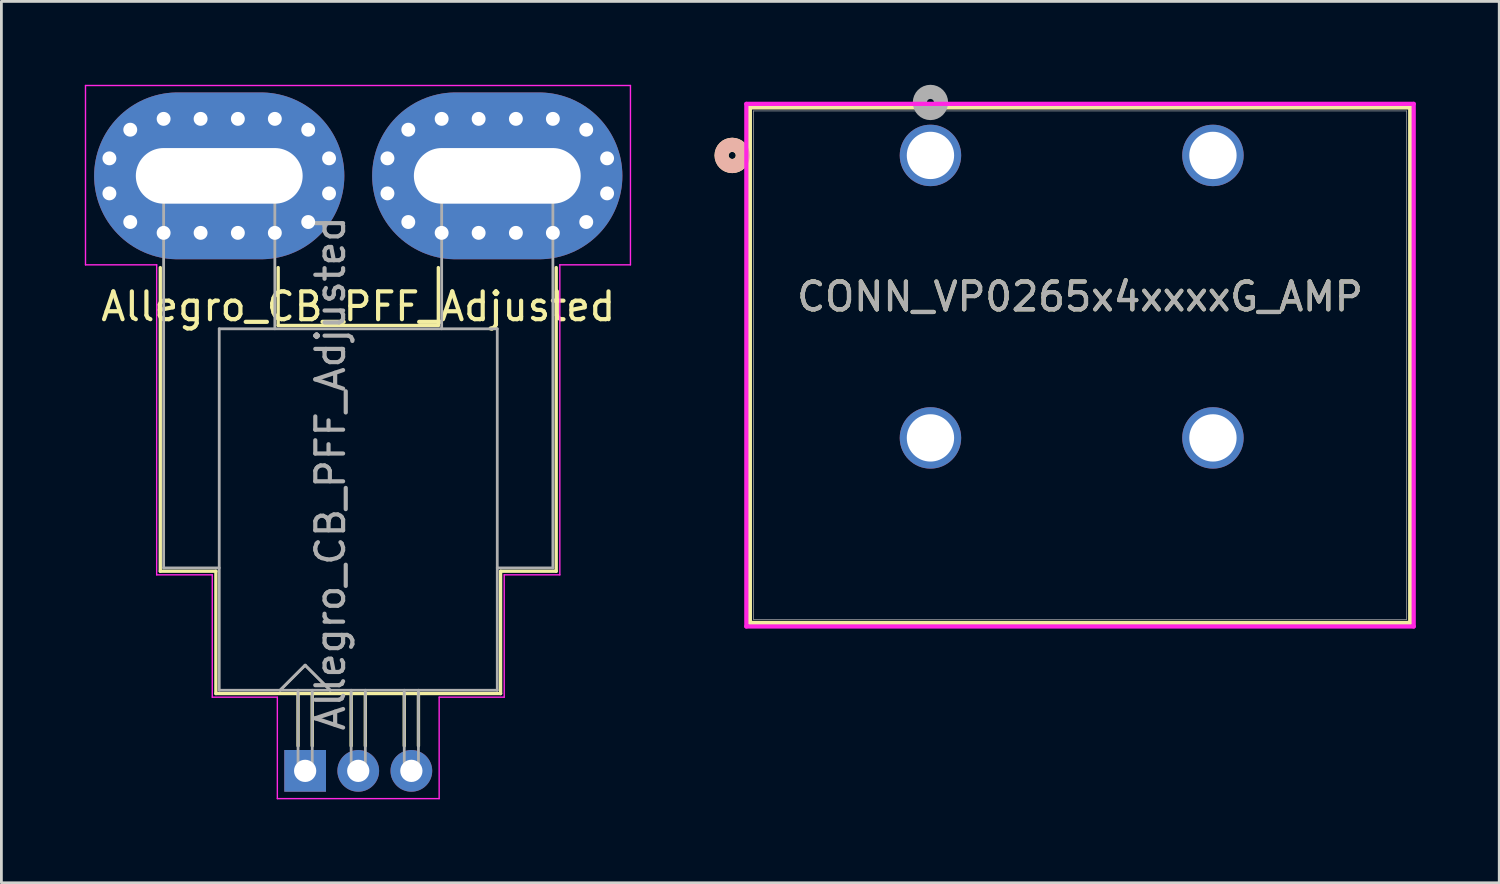
<source format=kicad_pcb>
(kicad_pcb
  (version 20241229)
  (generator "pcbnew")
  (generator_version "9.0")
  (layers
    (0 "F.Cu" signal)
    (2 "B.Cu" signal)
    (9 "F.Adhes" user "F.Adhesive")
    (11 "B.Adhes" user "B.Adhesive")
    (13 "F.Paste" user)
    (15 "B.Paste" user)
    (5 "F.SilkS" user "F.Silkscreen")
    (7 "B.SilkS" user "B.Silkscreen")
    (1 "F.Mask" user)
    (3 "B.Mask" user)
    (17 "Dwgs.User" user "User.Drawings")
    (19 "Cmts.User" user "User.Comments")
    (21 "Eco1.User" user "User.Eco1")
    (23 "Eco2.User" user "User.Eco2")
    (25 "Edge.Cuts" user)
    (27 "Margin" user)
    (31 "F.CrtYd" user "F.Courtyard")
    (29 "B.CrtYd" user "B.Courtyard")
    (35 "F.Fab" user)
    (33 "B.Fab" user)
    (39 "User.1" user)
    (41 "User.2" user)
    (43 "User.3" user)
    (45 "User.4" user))
  (footprint "Allegro_CB_PFF_Adjusted"
    (layer "F.Cu")
    (at 7.925 24.675)
    (property "Reference" "Allegro_CB_PFF_Adjusted" (at 1.91 -16.7 0) (layer "F.SilkS") (effects (font (size 1 1) (thickness 0.15))))
    (attr through_hole)
    (fp_line (start -5.21 -7.18) (end -5.21 -18.1) (stroke (width 0.12) (type solid)) (layer "F.SilkS"))
    (fp_line (start -3.21 -7.18) (end -5.21 -7.18) (stroke (width 0.12) (type solid)) (layer "F.SilkS"))
    (fp_line (start -3.21 -2.78) (end -3.21 -7.18) (stroke (width 0.12) (type solid)) (layer "F.SilkS"))
    (fp_line (start -0.97 -16.02) (end -0.97 -18.1) (stroke (width 0.12) (type solid)) (layer "F.SilkS"))
    (fp_line (start -0.97 -16.02) (end 4.79 -16.02) (stroke (width 0.12) (type solid)) (layer "F.SilkS"))
    (fp_line (start -0.255 -2.78) (end -0.255 -0.9) (stroke (width 0.12) (type solid)) (layer "F.SilkS"))
    (fp_line (start 0.255 -2.78) (end 0.255 -0.9) (stroke (width 0.12) (type solid)) (layer "F.SilkS"))
    (fp_line (start 1.655 -2.78) (end 1.655 -0.9) (stroke (width 0.12) (type solid)) (layer "F.SilkS"))
    (fp_line (start 2.165 -2.78) (end 2.165 -0.9) (stroke (width 0.12) (type solid)) (layer "F.SilkS"))
    (fp_line (start 3.565 -2.78) (end 3.565 -0.9) (stroke (width 0.12) (type solid)) (layer "F.SilkS"))
    (fp_line (start 4.075 -2.78) (end 4.075 -0.9) (stroke (width 0.12) (type solid)) (layer "F.SilkS"))
    (fp_line (start 4.79 -16.02) (end 4.79 -18.1) (stroke (width 0.12) (type solid)) (layer "F.SilkS"))
    (fp_line (start 7.03 -7.18) (end 9.03 -7.18) (stroke (width 0.12) (type solid)) (layer "F.SilkS"))
    (fp_line (start 7.03 -2.78) (end -3.21 -2.78) (stroke (width 0.12) (type solid)) (layer "F.SilkS"))
    (fp_line (start 7.03 -2.78) (end 7.03 -7.18) (stroke (width 0.12) (type solid)) (layer "F.SilkS"))
    (fp_line (start 9.03 -7.18) (end 9.03 -18.1) (stroke (width 0.12) (type solid)) (layer "F.SilkS"))
    (fp_line (start -7.9 -24.65) (end 11.7 -24.65) (stroke (width 0.05) (type solid)) (layer "F.CrtYd"))
    (fp_line (start -7.9 -18.2) (end -7.9 -24.65) (stroke (width 0.05) (type solid)) (layer "F.CrtYd"))
    (fp_line (start -7.9 -18.2) (end -5.34 -18.2) (stroke (width 0.05) (type solid)) (layer "F.CrtYd"))
    (fp_line (start -5.34 -7.05) (end -5.34 -18.2) (stroke (width 0.05) (type solid)) (layer "F.CrtYd"))
    (fp_line (start -3.34 -7.05) (end -5.34 -7.05) (stroke (width 0.05) (type solid)) (layer "F.CrtYd"))
    (fp_line (start -3.34 -7.05) (end -3.34 -2.65) (stroke (width 0.05) (type solid)) (layer "F.CrtYd"))
    (fp_line (start -1 -2.65) (end -3.34 -2.65) (stroke (width 0.05) (type solid)) (layer "F.CrtYd"))
    (fp_line (start -1 -2.65) (end -1 1) (stroke (width 0.05) (type solid)) (layer "F.CrtYd"))
    (fp_line (start 4.82 -2.65) (end 4.82 1) (stroke (width 0.05) (type solid)) (layer "F.CrtYd"))
    (fp_line (start 4.82 -2.65) (end 7.16 -2.65) (stroke (width 0.05) (type solid)) (layer "F.CrtYd"))
    (fp_line (start 4.82 1) (end -1 1) (stroke (width 0.05) (type solid)) (layer "F.CrtYd"))
    (fp_line (start 7.16 -7.05) (end 7.16 -2.65) (stroke (width 0.05) (type solid)) (layer "F.CrtYd"))
    (fp_line (start 7.16 -7.05) (end 9.16 -7.05) (stroke (width 0.05) (type solid)) (layer "F.CrtYd"))
    (fp_line (start 9.16 -18.2) (end 11.7 -18.2) (stroke (width 0.05) (type solid)) (layer "F.CrtYd"))
    (fp_line (start 9.16 -7.05) (end 9.16 -18.2) (stroke (width 0.05) (type solid)) (layer "F.CrtYd"))
    (fp_line (start 11.7 -24.65) (end 11.7 -18.2) (stroke (width 0.05) (type solid)) (layer "F.CrtYd"))
    (fp_line (start -5.09 -21.9) (end -1.09 -21.9) (stroke (width 0.1) (type solid)) (layer "F.Fab"))
    (fp_line (start -5.09 -7.3) (end -5.09 -21.9) (stroke (width 0.1) (type solid)) (layer "F.Fab"))
    (fp_line (start -5.09 -7.3) (end -3.09 -7.3) (stroke (width 0.1) (type solid)) (layer "F.Fab"))
    (fp_line (start -3.09 -15.9) (end -3.09 -2.9) (stroke (width 0.1) (type solid)) (layer "F.Fab"))
    (fp_line (start -3.09 -15.9) (end 6.91 -15.9) (stroke (width 0.1) (type solid)) (layer "F.Fab"))
    (fp_line (start -1.09 -15.9) (end -1.09 -21.9) (stroke (width 0.1) (type solid)) (layer "F.Fab"))
    (fp_line (start -0.9 -2.9) (end 0 -3.8) (stroke (width 0.1) (type solid)) (layer "F.Fab"))
    (fp_line (start -0.9 -2.9) (end 0 -3.8) (stroke (width 0.1) (type solid)) (layer "F.Fab"))
    (fp_line (start -0.255 -2.9) (end -0.255 0.19) (stroke (width 0.1) (type solid)) (layer "F.Fab"))
    (fp_line (start 0 -3.8) (end 0.9 -2.9) (stroke (width 0.1) (type solid)) (layer "F.Fab"))
    (fp_line (start 0 -3.8) (end 0.9 -2.9) (stroke (width 0.1) (type solid)) (layer "F.Fab"))
    (fp_line (start 0.255 -2.9) (end 0.255 0.19) (stroke (width 0.1) (type solid)) (layer "F.Fab"))
    (fp_line (start 1.655 -2.9) (end 1.655 0.19) (stroke (width 0.1) (type solid)) (layer "F.Fab"))
    (fp_line (start 2.165 -2.9) (end 2.165 0.19) (stroke (width 0.1) (type solid)) (layer "F.Fab"))
    (fp_line (start 3.565 -2.9) (end 3.565 0.19) (stroke (width 0.1) (type solid)) (layer "F.Fab"))
    (fp_line (start 4.075 -2.9) (end 4.075 0.19) (stroke (width 0.1) (type solid)) (layer "F.Fab"))
    (fp_line (start 4.91 -15.9) (end 4.91 -21.9) (stroke (width 0.1) (type solid)) (layer "F.Fab"))
    (fp_line (start 6.91 -15.9) (end 6.91 -2.9) (stroke (width 0.1) (type solid)) (layer "F.Fab"))
    (fp_line (start 6.91 -7.3) (end 8.91 -7.3) (stroke (width 0.1) (type solid)) (layer "F.Fab"))
    (fp_line (start 6.91 -2.9) (end -3.09 -2.9) (stroke (width 0.1) (type solid)) (layer "F.Fab"))
    (fp_line (start 8.91 -21.9) (end 4.91 -21.9) (stroke (width 0.1) (type solid)) (layer "F.Fab"))
    (fp_line (start 8.91 -7.3) (end 8.91 -21.9) (stroke (width 0.1) (type solid)) (layer "F.Fab"))
    (fp_text user "${REFERENCE}" (at 0.91 -10.7 90) (layer "F.Fab") (effects (font (size 1 1) (thickness 0.15))))
    (pad "1" thru_hole rect (at 0 0) (size 1.5 1.5) (drill 0.8) (layers "*.Cu" "*.Mask"))
    (pad "2" thru_hole circle (at 1.91 0) (size 1.5 1.5) (drill 0.8) (layers "*.Cu" "*.Mask"))
    (pad "3" thru_hole circle (at 3.82 0) (size 1.5 1.5) (drill 0.8) (layers "*.Cu" "*.Mask"))
    (pad "4" thru_hole circle (at 2.96 -22.03) (size 0.8 0.8) (drill 0.5) (layers "*.Cu" "*.Mask"))
    (pad "4" thru_hole circle (at 2.96 -20.77) (size 0.8 0.8) (drill 0.5) (layers "*.Cu" "*.Mask"))
    (pad "4" thru_hole circle (at 3.71 -23.06) (size 0.8 0.8) (drill 0.5) (layers "*.Cu" "*.Mask"))
    (pad "4" thru_hole circle (at 3.71 -19.74) (size 0.8 0.8) (drill 0.5) (layers "*.Cu" "*.Mask"))
    (pad "4" thru_hole circle (at 4.91 -23.45) (size 0.8 0.8) (drill 0.5) (layers "*.Cu" "*.Mask"))
    (pad "4" thru_hole circle (at 4.91 -19.35) (size 0.8 0.8) (drill 0.5) (layers "*.Cu" "*.Mask"))
    (pad "4" thru_hole circle (at 6.24 -23.45) (size 0.8 0.8) (drill 0.5) (layers "*.Cu" "*.Mask"))
    (pad "4" thru_hole circle (at 6.24 -19.35) (size 0.8 0.8) (drill 0.5) (layers "*.Cu" "*.Mask"))
    (pad "4" thru_hole oval (at 6.91 -21.4) (size 9 6) (drill oval 6 2) (layers "*.Cu" "*.Mask"))
    (pad "4" thru_hole circle (at 7.58 -23.45) (size 0.8 0.8) (drill 0.5) (layers "*.Cu" "*.Mask"))
    (pad "4" thru_hole circle (at 7.58 -19.35) (size 0.8 0.8) (drill 0.5) (layers "*.Cu" "*.Mask"))
    (pad "4" thru_hole circle (at 8.91 -23.45) (size 0.8 0.8) (drill 0.5) (layers "*.Cu" "*.Mask"))
    (pad "4" thru_hole circle (at 8.91 -19.35) (size 0.8 0.8) (drill 0.5) (layers "*.Cu" "*.Mask"))
    (pad "4" thru_hole circle (at 10.11 -23.06) (size 0.8 0.8) (drill 0.5) (layers "*.Cu" "*.Mask"))
    (pad "4" thru_hole circle (at 10.11 -19.74) (size 0.8 0.8) (drill 0.5) (layers "*.Cu" "*.Mask"))
    (pad "4" thru_hole circle (at 10.86 -22.03) (size 0.8 0.8) (drill 0.5) (layers "*.Cu" "*.Mask"))
    (pad "4" thru_hole circle (at 10.86 -20.77) (size 0.8 0.8) (drill 0.5) (layers "*.Cu" "*.Mask"))
    (pad "5" thru_hole circle (at -7.04 -22.03) (size 0.8 0.8) (drill 0.5) (layers "*.Cu" "*.Mask"))
    (pad "5" thru_hole circle (at -7.04 -20.77) (size 0.8 0.8) (drill 0.5) (layers "*.Cu" "*.Mask"))
    (pad "5" thru_hole circle (at -6.29 -23.06) (size 0.8 0.8) (drill 0.5) (layers "*.Cu" "*.Mask"))
    (pad "5" thru_hole circle (at -6.29 -19.74) (size 0.8 0.8) (drill 0.5) (layers "*.Cu" "*.Mask"))
    (pad "5" thru_hole circle (at -5.09 -23.45) (size 0.8 0.8) (drill 0.5) (layers "*.Cu" "*.Mask"))
    (pad "5" thru_hole circle (at -5.09 -19.35) (size 0.8 0.8) (drill 0.5) (layers "*.Cu" "*.Mask"))
    (pad "5" thru_hole circle (at -3.76 -23.45) (size 0.8 0.8) (drill 0.5) (layers "*.Cu" "*.Mask"))
    (pad "5" thru_hole circle (at -3.76 -19.35) (size 0.8 0.8) (drill 0.5) (layers "*.Cu" "*.Mask"))
    (pad "5" thru_hole oval (at -3.09 -21.4) (size 9 6) (drill oval 6 2) (layers "*.Cu" "*.Mask"))
    (pad "5" thru_hole circle (at -2.42 -23.45) (size 0.8 0.8) (drill 0.5) (layers "*.Cu" "*.Mask"))
    (pad "5" thru_hole circle (at -2.42 -19.35) (size 0.8 0.8) (drill 0.5) (layers "*.Cu" "*.Mask"))
    (pad "5" thru_hole circle (at -1.09 -23.45) (size 0.8 0.8) (drill 0.5) (layers "*.Cu" "*.Mask"))
    (pad "5" thru_hole circle (at -1.09 -19.35) (size 0.8 0.8) (drill 0.5) (layers "*.Cu" "*.Mask"))
    (pad "5" thru_hole circle (at 0.11 -23.06) (size 0.8 0.8) (drill 0.5) (layers "*.Cu" "*.Mask"))
    (pad "5" thru_hole circle (at 0.11 -19.74) (size 0.8 0.8) (drill 0.5) (layers "*.Cu" "*.Mask"))
    (pad "5" thru_hole circle (at 0.86 -22.03) (size 0.8 0.8) (drill 0.5) (layers "*.Cu" "*.Mask"))
    (pad "5" thru_hole circle (at 0.86 -20.77) (size 0.8 0.8) (drill 0.5) (layers "*.Cu" "*.Mask")))
  (footprint "CONN_VP0265x4xxxxG_AMP"
    (layer "F.Cu")
    (at 30.415 2.54)
    (property "Reference" "CONN_VP0265x4xxxxG_AMP" (at 5.38 5.08 0) (unlocked yes) (layer "F.SilkS") (effects (font (size 1 1) (thickness 0.15))))
    (attr through_hole)
    (fp_line (start -6.495 -1.727) (end -6.495 16.815) (stroke (width 0.152) (type solid)) (layer "F.SilkS"))
    (fp_line (start -6.495 16.815) (end 17.255 16.815) (stroke (width 0.152) (type solid)) (layer "F.SilkS"))
    (fp_line (start 17.255 -1.727) (end -6.495 -1.727) (stroke (width 0.152) (type solid)) (layer "F.SilkS"))
    (fp_line (start 17.255 16.815) (end 17.255 -1.727) (stroke (width 0.152) (type solid)) (layer "F.SilkS"))
    (fp_circle (center -7.13 0) (end -6.748 0) (stroke (width 0.508) (type solid)) (fill no) (layer "F.SilkS"))
    (fp_circle (center -7.13 0) (end -6.748 0) (stroke (width 0.508) (type solid)) (fill no) (layer "B.SilkS"))
    (fp_line (start -6.622 -1.854) (end -6.622 16.942) (stroke (width 0.152) (type solid)) (layer "F.CrtYd"))
    (fp_line (start -6.622 16.942) (end 17.381 16.942) (stroke (width 0.152) (type solid)) (layer "F.CrtYd"))
    (fp_line (start 17.381 -1.854) (end -6.622 -1.854) (stroke (width 0.152) (type solid)) (layer "F.CrtYd"))
    (fp_line (start 17.381 16.942) (end 17.381 -1.854) (stroke (width 0.152) (type solid)) (layer "F.CrtYd"))
    (fp_line (start -6.367 -1.6) (end -6.367 16.688) (stroke (width 0.025) (type solid)) (layer "F.Fab"))
    (fp_line (start -6.367 16.688) (end 17.128 16.688) (stroke (width 0.025) (type solid)) (layer "F.Fab"))
    (fp_line (start 17.128 -1.6) (end -6.367 -1.6) (stroke (width 0.025) (type solid)) (layer "F.Fab"))
    (fp_line (start 17.128 16.688) (end 17.128 -1.6) (stroke (width 0.025) (type solid)) (layer "F.Fab"))
    (fp_circle (center 0 -1.905) (end 0.381 -1.905) (stroke (width 0.508) (type solid)) (fill no) (layer "F.Fab"))
    (fp_text user "${REFERENCE}" (at 5.38 5.08 0) (unlocked yes) (layer "F.Fab") (effects (font (size 1 1) (thickness 0.15))))
    (pad "1" thru_hole circle (at 0 0) (size 2.21 2.21) (drill 1.702) (layers "*.Cu" "*.Mask"))
    (pad "2" thru_hole circle (at 0 10.16) (size 2.21 2.21) (drill 1.702) (layers "*.Cu" "*.Mask"))
    (pad "3" thru_hole circle (at 10.16 0) (size 2.21 2.21) (drill 1.702) (layers "*.Cu" "*.Mask"))
    (pad "4" thru_hole circle (at 10.16 10.16) (size 2.21 2.21) (drill 1.702) (layers "*.Cu" "*.Mask")))
  (gr_rect
    (start -3 -3)
    (end 50.872 28.7)
    (stroke (width 0.1) (type default))
    (fill no)
    (layer "Edge.Cuts")))
</source>
